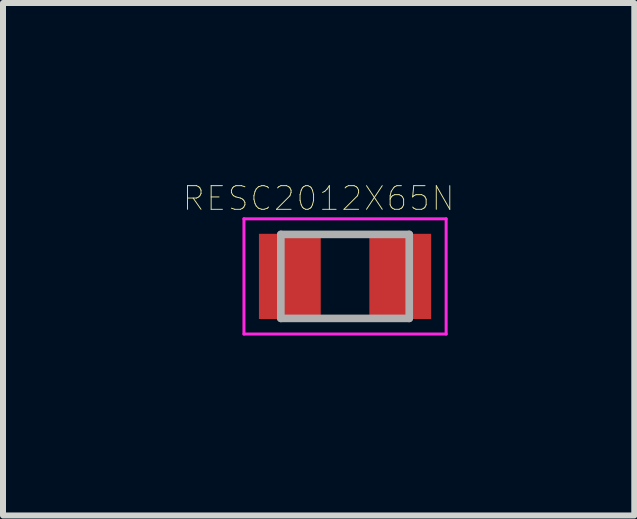
<source format=kicad_pcb>
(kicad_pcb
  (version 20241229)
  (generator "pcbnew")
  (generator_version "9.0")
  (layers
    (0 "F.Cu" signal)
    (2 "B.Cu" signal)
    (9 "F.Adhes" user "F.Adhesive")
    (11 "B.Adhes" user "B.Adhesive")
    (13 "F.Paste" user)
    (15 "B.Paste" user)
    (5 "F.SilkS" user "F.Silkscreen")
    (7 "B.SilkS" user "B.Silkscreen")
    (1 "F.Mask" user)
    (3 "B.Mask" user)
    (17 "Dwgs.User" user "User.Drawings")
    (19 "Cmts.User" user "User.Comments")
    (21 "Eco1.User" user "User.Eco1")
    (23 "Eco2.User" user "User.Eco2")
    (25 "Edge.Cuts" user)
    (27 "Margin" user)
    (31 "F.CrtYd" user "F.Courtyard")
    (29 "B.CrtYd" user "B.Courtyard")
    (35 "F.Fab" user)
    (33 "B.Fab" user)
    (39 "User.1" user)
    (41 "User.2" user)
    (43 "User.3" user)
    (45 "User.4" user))
  (footprint "RESC2012X65N"
    (layer "F.Cu")
    (at 2.701 1.557)
    (property "Reference" "RESC2012X65N" (at -0.44 -1.3 0) (layer "F.SilkS") (effects (font (size 0.394 0.394) (thickness 0.015))))
    (attr through_hole)
    (fp_line (start -1.685 -0.96) (end 1.685 -0.96) (stroke (width 0.05) (type solid)) (layer "F.CrtYd"))
    (fp_line (start -1.685 0.96) (end -1.685 -0.96) (stroke (width 0.05) (type solid)) (layer "F.CrtYd"))
    (fp_line (start -1.685 0.96) (end 1.685 0.96) (stroke (width 0.05) (type solid)) (layer "F.CrtYd"))
    (fp_line (start 1.685 0.96) (end 1.685 -0.96) (stroke (width 0.05) (type solid)) (layer "F.CrtYd"))
    (fp_line (start -1.07 0.7) (end -1.07 -0.7) (stroke (width 0.127) (type solid)) (layer "F.Fab"))
    (fp_line (start 1.07 -0.7) (end -1.07 -0.7) (stroke (width 0.127) (type solid)) (layer "F.Fab"))
    (fp_line (start 1.07 0.7) (end -1.07 0.7) (stroke (width 0.127) (type solid)) (layer "F.Fab"))
    (fp_line (start 1.07 0.7) (end 1.07 -0.7) (stroke (width 0.127) (type solid)) (layer "F.Fab"))
    (pad "1" smd rect (at -0.92 0) (size 1.03 1.42) (layers "F.Cu" "F.Mask" "F.Paste"))
    (pad "2" smd rect (at 0.92 0) (size 1.03 1.42) (layers "F.Cu" "F.Mask" "F.Paste")))
  (gr_rect
    (start -3 -3)
    (end 7.522 5.542)
    (stroke (width 0.1) (type default))
    (fill no)
    (layer "Edge.Cuts")))
</source>
